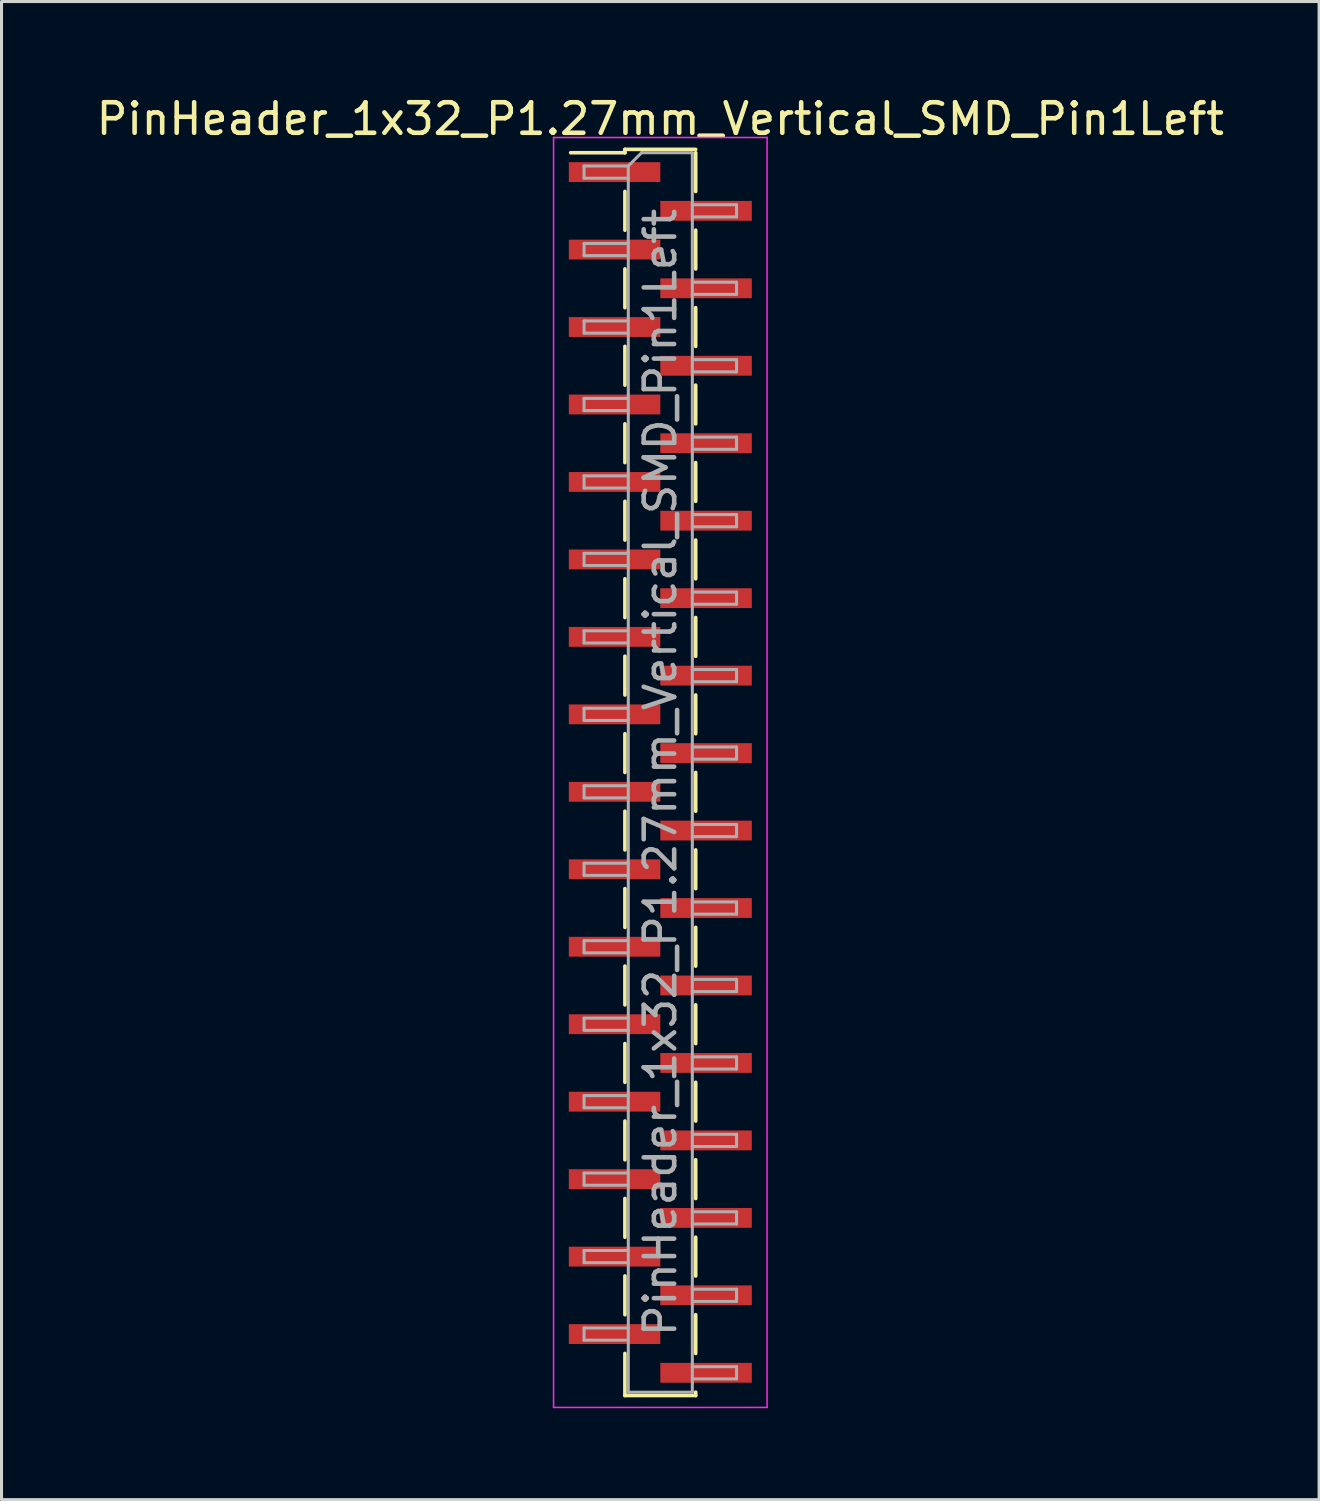
<source format=kicad_pcb>
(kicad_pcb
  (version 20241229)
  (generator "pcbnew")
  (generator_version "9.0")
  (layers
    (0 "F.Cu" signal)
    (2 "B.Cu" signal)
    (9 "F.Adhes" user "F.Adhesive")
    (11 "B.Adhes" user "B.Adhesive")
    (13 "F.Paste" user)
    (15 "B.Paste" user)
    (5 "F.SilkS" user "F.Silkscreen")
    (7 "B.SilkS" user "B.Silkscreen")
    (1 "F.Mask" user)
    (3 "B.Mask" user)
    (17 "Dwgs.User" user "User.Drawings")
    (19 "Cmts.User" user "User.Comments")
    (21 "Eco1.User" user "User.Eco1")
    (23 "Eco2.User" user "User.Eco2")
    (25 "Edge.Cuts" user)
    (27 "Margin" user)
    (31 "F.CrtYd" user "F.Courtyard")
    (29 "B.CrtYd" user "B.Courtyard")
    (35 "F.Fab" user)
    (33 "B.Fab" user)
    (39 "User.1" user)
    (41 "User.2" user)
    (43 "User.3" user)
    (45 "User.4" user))
  (footprint "PinHeader_1x32_P1.27mm_Vertical_SMD_Pin1Left"
    (layer "F.Cu")
    (at 18.601 22.278)
    (property "Reference" "PinHeader_1x32_P1.27mm_Vertical_SMD_Pin1Left" (at 0 -21.43 0) (layer "F.SilkS") (effects (font (size 1 1) (thickness 0.15))))
    (attr smd)
    (fp_line (start -1.16 -20.43) (end -1.16 -20.32) (stroke (width 0.12) (type solid)) (layer "F.SilkS"))
    (fp_line (start -1.16 -20.43) (end 1.16 -20.43) (stroke (width 0.12) (type solid)) (layer "F.SilkS"))
    (fp_line (start -1.16 -20.32) (end -2.94 -20.32) (stroke (width 0.12) (type solid)) (layer "F.SilkS"))
    (fp_line (start -1.16 -19.05) (end -1.16 -17.78) (stroke (width 0.12) (type solid)) (layer "F.SilkS"))
    (fp_line (start -1.16 -16.51) (end -1.16 -15.24) (stroke (width 0.12) (type solid)) (layer "F.SilkS"))
    (fp_line (start -1.16 -13.97) (end -1.16 -12.7) (stroke (width 0.12) (type solid)) (layer "F.SilkS"))
    (fp_line (start -1.16 -11.43) (end -1.16 -10.16) (stroke (width 0.12) (type solid)) (layer "F.SilkS"))
    (fp_line (start -1.16 -8.89) (end -1.16 -7.62) (stroke (width 0.12) (type solid)) (layer "F.SilkS"))
    (fp_line (start -1.16 -6.35) (end -1.16 -5.08) (stroke (width 0.12) (type solid)) (layer "F.SilkS"))
    (fp_line (start -1.16 -3.81) (end -1.16 -2.54) (stroke (width 0.12) (type solid)) (layer "F.SilkS"))
    (fp_line (start -1.16 -1.27) (end -1.16 0) (stroke (width 0.12) (type solid)) (layer "F.SilkS"))
    (fp_line (start -1.16 1.27) (end -1.16 2.54) (stroke (width 0.12) (type solid)) (layer "F.SilkS"))
    (fp_line (start -1.16 3.81) (end -1.16 5.08) (stroke (width 0.12) (type solid)) (layer "F.SilkS"))
    (fp_line (start -1.16 6.35) (end -1.16 7.62) (stroke (width 0.12) (type solid)) (layer "F.SilkS"))
    (fp_line (start -1.16 8.89) (end -1.16 10.16) (stroke (width 0.12) (type solid)) (layer "F.SilkS"))
    (fp_line (start -1.16 11.43) (end -1.16 12.7) (stroke (width 0.12) (type solid)) (layer "F.SilkS"))
    (fp_line (start -1.16 13.97) (end -1.16 15.24) (stroke (width 0.12) (type solid)) (layer "F.SilkS"))
    (fp_line (start -1.16 16.51) (end -1.16 17.78) (stroke (width 0.12) (type solid)) (layer "F.SilkS"))
    (fp_line (start -1.16 19.05) (end -1.16 20.43) (stroke (width 0.12) (type solid)) (layer "F.SilkS"))
    (fp_line (start -1.16 20.43) (end 1.16 20.43) (stroke (width 0.12) (type solid)) (layer "F.SilkS"))
    (fp_line (start 1.16 -20.32) (end 1.16 -19.05) (stroke (width 0.12) (type solid)) (layer "F.SilkS"))
    (fp_line (start 1.16 -17.78) (end 1.16 -16.51) (stroke (width 0.12) (type solid)) (layer "F.SilkS"))
    (fp_line (start 1.16 -15.24) (end 1.16 -13.97) (stroke (width 0.12) (type solid)) (layer "F.SilkS"))
    (fp_line (start 1.16 -12.7) (end 1.16 -11.43) (stroke (width 0.12) (type solid)) (layer "F.SilkS"))
    (fp_line (start 1.16 -10.16) (end 1.16 -8.89) (stroke (width 0.12) (type solid)) (layer "F.SilkS"))
    (fp_line (start 1.16 -7.62) (end 1.16 -6.35) (stroke (width 0.12) (type solid)) (layer "F.SilkS"))
    (fp_line (start 1.16 -5.08) (end 1.16 -3.81) (stroke (width 0.12) (type solid)) (layer "F.SilkS"))
    (fp_line (start 1.16 -2.54) (end 1.16 -1.27) (stroke (width 0.12) (type solid)) (layer "F.SilkS"))
    (fp_line (start 1.16 0) (end 1.16 1.27) (stroke (width 0.12) (type solid)) (layer "F.SilkS"))
    (fp_line (start 1.16 2.54) (end 1.16 3.81) (stroke (width 0.12) (type solid)) (layer "F.SilkS"))
    (fp_line (start 1.16 5.08) (end 1.16 6.35) (stroke (width 0.12) (type solid)) (layer "F.SilkS"))
    (fp_line (start 1.16 7.62) (end 1.16 8.89) (stroke (width 0.12) (type solid)) (layer "F.SilkS"))
    (fp_line (start 1.16 10.16) (end 1.16 11.43) (stroke (width 0.12) (type solid)) (layer "F.SilkS"))
    (fp_line (start 1.16 12.7) (end 1.16 13.97) (stroke (width 0.12) (type solid)) (layer "F.SilkS"))
    (fp_line (start 1.16 15.24) (end 1.16 16.51) (stroke (width 0.12) (type solid)) (layer "F.SilkS"))
    (fp_line (start 1.16 17.78) (end 1.16 19.05) (stroke (width 0.12) (type solid)) (layer "F.SilkS"))
    (fp_line (start 1.16 20.32) (end 1.16 20.43) (stroke (width 0.12) (type solid)) (layer "F.SilkS"))
    (fp_line (start -3.5 -20.82) (end -3.5 20.82) (stroke (width 0.05) (type solid)) (layer "F.CrtYd"))
    (fp_line (start -3.5 20.82) (end 3.5 20.82) (stroke (width 0.05) (type solid)) (layer "F.CrtYd"))
    (fp_line (start 3.5 -20.82) (end -3.5 -20.82) (stroke (width 0.05) (type solid)) (layer "F.CrtYd"))
    (fp_line (start 3.5 20.82) (end 3.5 -20.82) (stroke (width 0.05) (type solid)) (layer "F.CrtYd"))
    (fp_line (start -2.5 -19.885) (end -2.5 -19.485) (stroke (width 0.1) (type solid)) (layer "F.Fab"))
    (fp_line (start -2.5 -19.485) (end -1.05 -19.485) (stroke (width 0.1) (type solid)) (layer "F.Fab"))
    (fp_line (start -2.5 -17.345) (end -2.5 -16.945) (stroke (width 0.1) (type solid)) (layer "F.Fab"))
    (fp_line (start -2.5 -16.945) (end -1.05 -16.945) (stroke (width 0.1) (type solid)) (layer "F.Fab"))
    (fp_line (start -2.5 -14.805) (end -2.5 -14.405) (stroke (width 0.1) (type solid)) (layer "F.Fab"))
    (fp_line (start -2.5 -14.405) (end -1.05 -14.405) (stroke (width 0.1) (type solid)) (layer "F.Fab"))
    (fp_line (start -2.5 -12.265) (end -2.5 -11.865) (stroke (width 0.1) (type solid)) (layer "F.Fab"))
    (fp_line (start -2.5 -11.865) (end -1.05 -11.865) (stroke (width 0.1) (type solid)) (layer "F.Fab"))
    (fp_line (start -2.5 -9.725) (end -2.5 -9.325) (stroke (width 0.1) (type solid)) (layer "F.Fab"))
    (fp_line (start -2.5 -9.325) (end -1.05 -9.325) (stroke (width 0.1) (type solid)) (layer "F.Fab"))
    (fp_line (start -2.5 -7.185) (end -2.5 -6.785) (stroke (width 0.1) (type solid)) (layer "F.Fab"))
    (fp_line (start -2.5 -6.785) (end -1.05 -6.785) (stroke (width 0.1) (type solid)) (layer "F.Fab"))
    (fp_line (start -2.5 -4.645) (end -2.5 -4.245) (stroke (width 0.1) (type solid)) (layer "F.Fab"))
    (fp_line (start -2.5 -4.245) (end -1.05 -4.245) (stroke (width 0.1) (type solid)) (layer "F.Fab"))
    (fp_line (start -2.5 -2.105) (end -2.5 -1.705) (stroke (width 0.1) (type solid)) (layer "F.Fab"))
    (fp_line (start -2.5 -1.705) (end -1.05 -1.705) (stroke (width 0.1) (type solid)) (layer "F.Fab"))
    (fp_line (start -2.5 0.435) (end -2.5 0.835) (stroke (width 0.1) (type solid)) (layer "F.Fab"))
    (fp_line (start -2.5 0.835) (end -1.05 0.835) (stroke (width 0.1) (type solid)) (layer "F.Fab"))
    (fp_line (start -2.5 2.975) (end -2.5 3.375) (stroke (width 0.1) (type solid)) (layer "F.Fab"))
    (fp_line (start -2.5 3.375) (end -1.05 3.375) (stroke (width 0.1) (type solid)) (layer "F.Fab"))
    (fp_line (start -2.5 5.515) (end -2.5 5.915) (stroke (width 0.1) (type solid)) (layer "F.Fab"))
    (fp_line (start -2.5 5.915) (end -1.05 5.915) (stroke (width 0.1) (type solid)) (layer "F.Fab"))
    (fp_line (start -2.5 8.055) (end -2.5 8.455) (stroke (width 0.1) (type solid)) (layer "F.Fab"))
    (fp_line (start -2.5 8.455) (end -1.05 8.455) (stroke (width 0.1) (type solid)) (layer "F.Fab"))
    (fp_line (start -2.5 10.595) (end -2.5 10.995) (stroke (width 0.1) (type solid)) (layer "F.Fab"))
    (fp_line (start -2.5 10.995) (end -1.05 10.995) (stroke (width 0.1) (type solid)) (layer "F.Fab"))
    (fp_line (start -2.5 13.135) (end -2.5 13.535) (stroke (width 0.1) (type solid)) (layer "F.Fab"))
    (fp_line (start -2.5 13.535) (end -1.05 13.535) (stroke (width 0.1) (type solid)) (layer "F.Fab"))
    (fp_line (start -2.5 15.675) (end -2.5 16.075) (stroke (width 0.1) (type solid)) (layer "F.Fab"))
    (fp_line (start -2.5 16.075) (end -1.05 16.075) (stroke (width 0.1) (type solid)) (layer "F.Fab"))
    (fp_line (start -2.5 18.215) (end -2.5 18.615) (stroke (width 0.1) (type solid)) (layer "F.Fab"))
    (fp_line (start -2.5 18.615) (end -1.05 18.615) (stroke (width 0.1) (type solid)) (layer "F.Fab"))
    (fp_line (start -1.05 -19.885) (end -2.5 -19.885) (stroke (width 0.1) (type solid)) (layer "F.Fab"))
    (fp_line (start -1.05 -19.885) (end -0.615 -20.32) (stroke (width 0.1) (type solid)) (layer "F.Fab"))
    (fp_line (start -1.05 -17.345) (end -2.5 -17.345) (stroke (width 0.1) (type solid)) (layer "F.Fab"))
    (fp_line (start -1.05 -14.805) (end -2.5 -14.805) (stroke (width 0.1) (type solid)) (layer "F.Fab"))
    (fp_line (start -1.05 -12.265) (end -2.5 -12.265) (stroke (width 0.1) (type solid)) (layer "F.Fab"))
    (fp_line (start -1.05 -9.725) (end -2.5 -9.725) (stroke (width 0.1) (type solid)) (layer "F.Fab"))
    (fp_line (start -1.05 -7.185) (end -2.5 -7.185) (stroke (width 0.1) (type solid)) (layer "F.Fab"))
    (fp_line (start -1.05 -4.645) (end -2.5 -4.645) (stroke (width 0.1) (type solid)) (layer "F.Fab"))
    (fp_line (start -1.05 -2.105) (end -2.5 -2.105) (stroke (width 0.1) (type solid)) (layer "F.Fab"))
    (fp_line (start -1.05 0.435) (end -2.5 0.435) (stroke (width 0.1) (type solid)) (layer "F.Fab"))
    (fp_line (start -1.05 2.975) (end -2.5 2.975) (stroke (width 0.1) (type solid)) (layer "F.Fab"))
    (fp_line (start -1.05 5.515) (end -2.5 5.515) (stroke (width 0.1) (type solid)) (layer "F.Fab"))
    (fp_line (start -1.05 8.055) (end -2.5 8.055) (stroke (width 0.1) (type solid)) (layer "F.Fab"))
    (fp_line (start -1.05 10.595) (end -2.5 10.595) (stroke (width 0.1) (type solid)) (layer "F.Fab"))
    (fp_line (start -1.05 13.135) (end -2.5 13.135) (stroke (width 0.1) (type solid)) (layer "F.Fab"))
    (fp_line (start -1.05 15.675) (end -2.5 15.675) (stroke (width 0.1) (type solid)) (layer "F.Fab"))
    (fp_line (start -1.05 18.215) (end -2.5 18.215) (stroke (width 0.1) (type solid)) (layer "F.Fab"))
    (fp_line (start -1.05 20.32) (end -1.05 -19.885) (stroke (width 0.1) (type solid)) (layer "F.Fab"))
    (fp_line (start -0.615 -20.32) (end 1.05 -20.32) (stroke (width 0.1) (type solid)) (layer "F.Fab"))
    (fp_line (start 1.05 -20.32) (end 1.05 20.32) (stroke (width 0.1) (type solid)) (layer "F.Fab"))
    (fp_line (start 1.05 -18.615) (end 2.5 -18.615) (stroke (width 0.1) (type solid)) (layer "F.Fab"))
    (fp_line (start 1.05 -16.075) (end 2.5 -16.075) (stroke (width 0.1) (type solid)) (layer "F.Fab"))
    (fp_line (start 1.05 -13.535) (end 2.5 -13.535) (stroke (width 0.1) (type solid)) (layer "F.Fab"))
    (fp_line (start 1.05 -10.995) (end 2.5 -10.995) (stroke (width 0.1) (type solid)) (layer "F.Fab"))
    (fp_line (start 1.05 -8.455) (end 2.5 -8.455) (stroke (width 0.1) (type solid)) (layer "F.Fab"))
    (fp_line (start 1.05 -5.915) (end 2.5 -5.915) (stroke (width 0.1) (type solid)) (layer "F.Fab"))
    (fp_line (start 1.05 -3.375) (end 2.5 -3.375) (stroke (width 0.1) (type solid)) (layer "F.Fab"))
    (fp_line (start 1.05 -0.835) (end 2.5 -0.835) (stroke (width 0.1) (type solid)) (layer "F.Fab"))
    (fp_line (start 1.05 1.705) (end 2.5 1.705) (stroke (width 0.1) (type solid)) (layer "F.Fab"))
    (fp_line (start 1.05 4.245) (end 2.5 4.245) (stroke (width 0.1) (type solid)) (layer "F.Fab"))
    (fp_line (start 1.05 6.785) (end 2.5 6.785) (stroke (width 0.1) (type solid)) (layer "F.Fab"))
    (fp_line (start 1.05 9.325) (end 2.5 9.325) (stroke (width 0.1) (type solid)) (layer "F.Fab"))
    (fp_line (start 1.05 11.865) (end 2.5 11.865) (stroke (width 0.1) (type solid)) (layer "F.Fab"))
    (fp_line (start 1.05 14.405) (end 2.5 14.405) (stroke (width 0.1) (type solid)) (layer "F.Fab"))
    (fp_line (start 1.05 16.945) (end 2.5 16.945) (stroke (width 0.1) (type solid)) (layer "F.Fab"))
    (fp_line (start 1.05 19.485) (end 2.5 19.485) (stroke (width 0.1) (type solid)) (layer "F.Fab"))
    (fp_line (start 1.05 20.32) (end -1.05 20.32) (stroke (width 0.1) (type solid)) (layer "F.Fab"))
    (fp_line (start 2.5 -18.615) (end 2.5 -18.215) (stroke (width 0.1) (type solid)) (layer "F.Fab"))
    (fp_line (start 2.5 -18.215) (end 1.05 -18.215) (stroke (width 0.1) (type solid)) (layer "F.Fab"))
    (fp_line (start 2.5 -16.075) (end 2.5 -15.675) (stroke (width 0.1) (type solid)) (layer "F.Fab"))
    (fp_line (start 2.5 -15.675) (end 1.05 -15.675) (stroke (width 0.1) (type solid)) (layer "F.Fab"))
    (fp_line (start 2.5 -13.535) (end 2.5 -13.135) (stroke (width 0.1) (type solid)) (layer "F.Fab"))
    (fp_line (start 2.5 -13.135) (end 1.05 -13.135) (stroke (width 0.1) (type solid)) (layer "F.Fab"))
    (fp_line (start 2.5 -10.995) (end 2.5 -10.595) (stroke (width 0.1) (type solid)) (layer "F.Fab"))
    (fp_line (start 2.5 -10.595) (end 1.05 -10.595) (stroke (width 0.1) (type solid)) (layer "F.Fab"))
    (fp_line (start 2.5 -8.455) (end 2.5 -8.055) (stroke (width 0.1) (type solid)) (layer "F.Fab"))
    (fp_line (start 2.5 -8.055) (end 1.05 -8.055) (stroke (width 0.1) (type solid)) (layer "F.Fab"))
    (fp_line (start 2.5 -5.915) (end 2.5 -5.515) (stroke (width 0.1) (type solid)) (layer "F.Fab"))
    (fp_line (start 2.5 -5.515) (end 1.05 -5.515) (stroke (width 0.1) (type solid)) (layer "F.Fab"))
    (fp_line (start 2.5 -3.375) (end 2.5 -2.975) (stroke (width 0.1) (type solid)) (layer "F.Fab"))
    (fp_line (start 2.5 -2.975) (end 1.05 -2.975) (stroke (width 0.1) (type solid)) (layer "F.Fab"))
    (fp_line (start 2.5 -0.835) (end 2.5 -0.435) (stroke (width 0.1) (type solid)) (layer "F.Fab"))
    (fp_line (start 2.5 -0.435) (end 1.05 -0.435) (stroke (width 0.1) (type solid)) (layer "F.Fab"))
    (fp_line (start 2.5 1.705) (end 2.5 2.105) (stroke (width 0.1) (type solid)) (layer "F.Fab"))
    (fp_line (start 2.5 2.105) (end 1.05 2.105) (stroke (width 0.1) (type solid)) (layer "F.Fab"))
    (fp_line (start 2.5 4.245) (end 2.5 4.645) (stroke (width 0.1) (type solid)) (layer "F.Fab"))
    (fp_line (start 2.5 4.645) (end 1.05 4.645) (stroke (width 0.1) (type solid)) (layer "F.Fab"))
    (fp_line (start 2.5 6.785) (end 2.5 7.185) (stroke (width 0.1) (type solid)) (layer "F.Fab"))
    (fp_line (start 2.5 7.185) (end 1.05 7.185) (stroke (width 0.1) (type solid)) (layer "F.Fab"))
    (fp_line (start 2.5 9.325) (end 2.5 9.725) (stroke (width 0.1) (type solid)) (layer "F.Fab"))
    (fp_line (start 2.5 9.725) (end 1.05 9.725) (stroke (width 0.1) (type solid)) (layer "F.Fab"))
    (fp_line (start 2.5 11.865) (end 2.5 12.265) (stroke (width 0.1) (type solid)) (layer "F.Fab"))
    (fp_line (start 2.5 12.265) (end 1.05 12.265) (stroke (width 0.1) (type solid)) (layer "F.Fab"))
    (fp_line (start 2.5 14.405) (end 2.5 14.805) (stroke (width 0.1) (type solid)) (layer "F.Fab"))
    (fp_line (start 2.5 14.805) (end 1.05 14.805) (stroke (width 0.1) (type solid)) (layer "F.Fab"))
    (fp_line (start 2.5 16.945) (end 2.5 17.345) (stroke (width 0.1) (type solid)) (layer "F.Fab"))
    (fp_line (start 2.5 17.345) (end 1.05 17.345) (stroke (width 0.1) (type solid)) (layer "F.Fab"))
    (fp_line (start 2.5 19.485) (end 2.5 19.885) (stroke (width 0.1) (type solid)) (layer "F.Fab"))
    (fp_line (start 2.5 19.885) (end 1.05 19.885) (stroke (width 0.1) (type solid)) (layer "F.Fab"))
    (fp_text user "${REFERENCE}" (at 0 0 90) (layer "F.Fab") (effects (font (size 1 1) (thickness 0.15))))
    (pad "1" smd rect (at -1.5 -19.685) (size 3 0.65) (layers "F.Cu" "F.Mask" "F.Paste"))
    (pad "2" smd rect (at 1.5 -18.415) (size 3 0.65) (layers "F.Cu" "F.Mask" "F.Paste"))
    (pad "3" smd rect (at -1.5 -17.145) (size 3 0.65) (layers "F.Cu" "F.Mask" "F.Paste"))
    (pad "4" smd rect (at 1.5 -15.875) (size 3 0.65) (layers "F.Cu" "F.Mask" "F.Paste"))
    (pad "5" smd rect (at -1.5 -14.605) (size 3 0.65) (layers "F.Cu" "F.Mask" "F.Paste"))
    (pad "6" smd rect (at 1.5 -13.335) (size 3 0.65) (layers "F.Cu" "F.Mask" "F.Paste"))
    (pad "7" smd rect (at -1.5 -12.065) (size 3 0.65) (layers "F.Cu" "F.Mask" "F.Paste"))
    (pad "8" smd rect (at 1.5 -10.795) (size 3 0.65) (layers "F.Cu" "F.Mask" "F.Paste"))
    (pad "9" smd rect (at -1.5 -9.525) (size 3 0.65) (layers "F.Cu" "F.Mask" "F.Paste"))
    (pad "10" smd rect (at 1.5 -8.255) (size 3 0.65) (layers "F.Cu" "F.Mask" "F.Paste"))
    (pad "11" smd rect (at -1.5 -6.985) (size 3 0.65) (layers "F.Cu" "F.Mask" "F.Paste"))
    (pad "12" smd rect (at 1.5 -5.715) (size 3 0.65) (layers "F.Cu" "F.Mask" "F.Paste"))
    (pad "13" smd rect (at -1.5 -4.445) (size 3 0.65) (layers "F.Cu" "F.Mask" "F.Paste"))
    (pad "14" smd rect (at 1.5 -3.175) (size 3 0.65) (layers "F.Cu" "F.Mask" "F.Paste"))
    (pad "15" smd rect (at -1.5 -1.905) (size 3 0.65) (layers "F.Cu" "F.Mask" "F.Paste"))
    (pad "16" smd rect (at 1.5 -0.635) (size 3 0.65) (layers "F.Cu" "F.Mask" "F.Paste"))
    (pad "17" smd rect (at -1.5 0.635) (size 3 0.65) (layers "F.Cu" "F.Mask" "F.Paste"))
    (pad "18" smd rect (at 1.5 1.905) (size 3 0.65) (layers "F.Cu" "F.Mask" "F.Paste"))
    (pad "19" smd rect (at -1.5 3.175) (size 3 0.65) (layers "F.Cu" "F.Mask" "F.Paste"))
    (pad "20" smd rect (at 1.5 4.445) (size 3 0.65) (layers "F.Cu" "F.Mask" "F.Paste"))
    (pad "21" smd rect (at -1.5 5.715) (size 3 0.65) (layers "F.Cu" "F.Mask" "F.Paste"))
    (pad "22" smd rect (at 1.5 6.985) (size 3 0.65) (layers "F.Cu" "F.Mask" "F.Paste"))
    (pad "23" smd rect (at -1.5 8.255) (size 3 0.65) (layers "F.Cu" "F.Mask" "F.Paste"))
    (pad "24" smd rect (at 1.5 9.525) (size 3 0.65) (layers "F.Cu" "F.Mask" "F.Paste"))
    (pad "25" smd rect (at -1.5 10.795) (size 3 0.65) (layers "F.Cu" "F.Mask" "F.Paste"))
    (pad "26" smd rect (at 1.5 12.065) (size 3 0.65) (layers "F.Cu" "F.Mask" "F.Paste"))
    (pad "27" smd rect (at -1.5 13.335) (size 3 0.65) (layers "F.Cu" "F.Mask" "F.Paste"))
    (pad "28" smd rect (at 1.5 14.605) (size 3 0.65) (layers "F.Cu" "F.Mask" "F.Paste"))
    (pad "29" smd rect (at -1.5 15.875) (size 3 0.65) (layers "F.Cu" "F.Mask" "F.Paste"))
    (pad "30" smd rect (at 1.5 17.145) (size 3 0.65) (layers "F.Cu" "F.Mask" "F.Paste"))
    (pad "31" smd rect (at -1.5 18.415) (size 3 0.65) (layers "F.Cu" "F.Mask" "F.Paste"))
    (pad "32" smd rect (at 1.5 19.685) (size 3 0.65) (layers "F.Cu" "F.Mask" "F.Paste")))
  (gr_rect
    (start -3 -3)
    (end 40.202 46.123)
    (stroke (width 0.1) (type default))
    (fill no)
    (layer "Edge.Cuts")))
</source>
